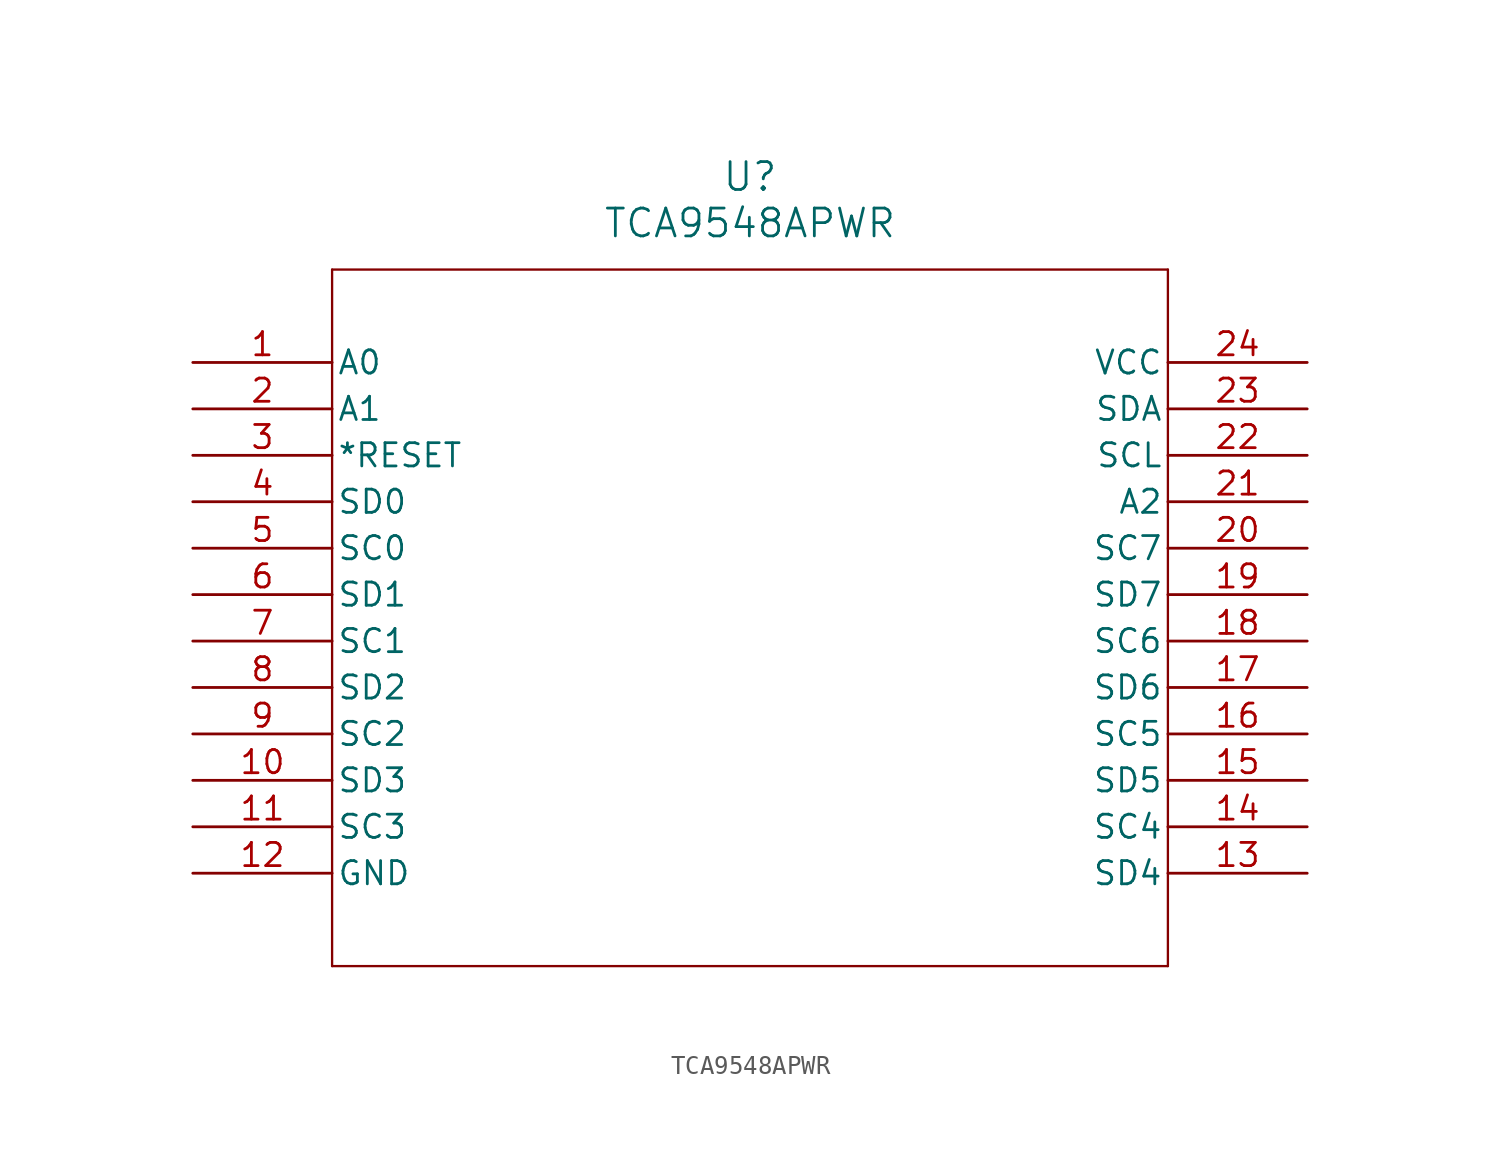
<source format=kicad_sym>
(kicad_symbol_lib
  (version 20211014)
  (generator kicad_symbol_editor)
  (symbol "TCA9548APWR"
    (pin_names
      (offset 0.254))
    (property "Reference" "U"
      (at 30.48 10.16 0)
      (effects (font (size 1.524 1.524))))
    (property "Value" "TCA9548APWR"
      (at 30.48 7.62 0)
      (effects (font (size 1.524 1.524))))
    (symbol "TCA9548APWR_0_1"
      (polyline (pts (xy 7.62 5.08) (xy 7.62 -33.02)) (stroke (width 0.127) (type default) (color 0 0 0 0)) (fill (type none)))
      (polyline (pts (xy 7.62 -33.02) (xy 53.34 -33.02)) (stroke (width 0.127) (type default) (color 0 0 0 0)) (fill (type none)))
      (polyline (pts (xy 53.34 -33.02) (xy 53.34 5.08)) (stroke (width 0.127) (type default) (color 0 0 0 0)) (fill (type none)))
      (polyline (pts (xy 53.34 5.08) (xy 7.62 5.08)) (stroke (width 0.127) (type default) (color 0 0 0 0)) (fill (type none)))
      (pin input line (at 0 0 0) (length 7.62) (name "A0" (effects (font (size 1.27 1.27)))) (number "1" (effects (font (size 1.27 1.27)))))
      (pin input line (at 0 -2.54 0) (length 7.62) (name "A1" (effects (font (size 1.27 1.27)))) (number "2" (effects (font (size 1.27 1.27)))))
      (pin input line (at 0 -5.08 0) (length 7.62) (name "*RESET" (effects (font (size 1.27 1.27)))) (number "3" (effects (font (size 1.27 1.27)))))
      (pin unspecified line (at 0 -7.62 0) (length 7.62) (name "SD0" (effects (font (size 1.27 1.27)))) (number "4" (effects (font (size 1.27 1.27)))))
      (pin unspecified line (at 0 -10.16 0) (length 7.62) (name "SC0" (effects (font (size 1.27 1.27)))) (number "5" (effects (font (size 1.27 1.27)))))
      (pin unspecified line (at 0 -12.7 0) (length 7.62) (name "SD1" (effects (font (size 1.27 1.27)))) (number "6" (effects (font (size 1.27 1.27)))))
      (pin unspecified line (at 0 -15.24 0) (length 7.62) (name "SC1" (effects (font (size 1.27 1.27)))) (number "7" (effects (font (size 1.27 1.27)))))
      (pin unspecified line (at 0 -17.78 0) (length 7.62) (name "SD2" (effects (font (size 1.27 1.27)))) (number "8" (effects (font (size 1.27 1.27)))))
      (pin unspecified line (at 0 -20.32 0) (length 7.62) (name "SC2" (effects (font (size 1.27 1.27)))) (number "9" (effects (font (size 1.27 1.27)))))
      (pin unspecified line (at 0 -22.86 0) (length 7.62) (name "SD3" (effects (font (size 1.27 1.27)))) (number "10" (effects (font (size 1.27 1.27)))))
      (pin unspecified line (at 0 -25.4 0) (length 7.62) (name "SC3" (effects (font (size 1.27 1.27)))) (number "11" (effects (font (size 1.27 1.27)))))
      (pin power_in line (at 0 -27.94 0) (length 7.62) (name "GND" (effects (font (size 1.27 1.27)))) (number "12" (effects (font (size 1.27 1.27)))))
      (pin unspecified line (at 60.96 -27.94 180) (length 7.62) (name "SD4" (effects (font (size 1.27 1.27)))) (number "13" (effects (font (size 1.27 1.27)))))
      (pin unspecified line (at 60.96 -25.4 180) (length 7.62) (name "SC4" (effects (font (size 1.27 1.27)))) (number "14" (effects (font (size 1.27 1.27)))))
      (pin unspecified line (at 60.96 -22.86 180) (length 7.62) (name "SD5" (effects (font (size 1.27 1.27)))) (number "15" (effects (font (size 1.27 1.27)))))
      (pin unspecified line (at 60.96 -20.32 180) (length 7.62) (name "SC5" (effects (font (size 1.27 1.27)))) (number "16" (effects (font (size 1.27 1.27)))))
      (pin unspecified line (at 60.96 -17.78 180) (length 7.62) (name "SD6" (effects (font (size 1.27 1.27)))) (number "17" (effects (font (size 1.27 1.27)))))
      (pin unspecified line (at 60.96 -15.24 180) (length 7.62) (name "SC6" (effects (font (size 1.27 1.27)))) (number "18" (effects (font (size 1.27 1.27)))))
      (pin unspecified line (at 60.96 -12.7 180) (length 7.62) (name "SD7" (effects (font (size 1.27 1.27)))) (number "19" (effects (font (size 1.27 1.27)))))
      (pin unspecified line (at 60.96 -10.16 180) (length 7.62) (name "SC7" (effects (font (size 1.27 1.27)))) (number "20" (effects (font (size 1.27 1.27)))))
      (pin input line (at 60.96 -7.62 180) (length 7.62) (name "A2" (effects (font (size 1.27 1.27)))) (number "21" (effects (font (size 1.27 1.27)))))
      (pin unspecified line (at 60.96 -5.08 180) (length 7.62) (name "SCL" (effects (font (size 1.27 1.27)))) (number "22" (effects (font (size 1.27 1.27)))))
      (pin unspecified line (at 60.96 -2.54 180) (length 7.62) (name "SDA" (effects (font (size 1.27 1.27)))) (number "23" (effects (font (size 1.27 1.27)))))
      (pin power_in line (at 60.96 0 180) (length 7.62) (name "VCC" (effects (font (size 1.27 1.27)))) (number "24" (effects (font (size 1.27 1.27))))))))
</source>
